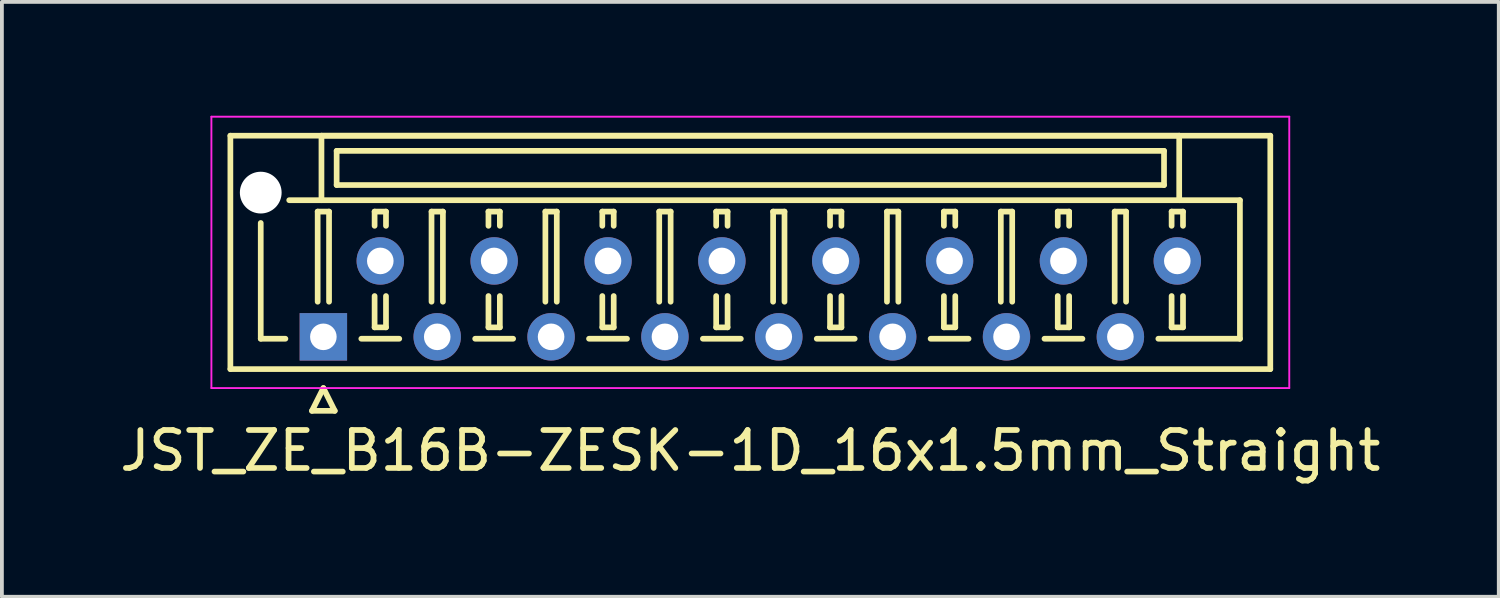
<source format=kicad_pcb>
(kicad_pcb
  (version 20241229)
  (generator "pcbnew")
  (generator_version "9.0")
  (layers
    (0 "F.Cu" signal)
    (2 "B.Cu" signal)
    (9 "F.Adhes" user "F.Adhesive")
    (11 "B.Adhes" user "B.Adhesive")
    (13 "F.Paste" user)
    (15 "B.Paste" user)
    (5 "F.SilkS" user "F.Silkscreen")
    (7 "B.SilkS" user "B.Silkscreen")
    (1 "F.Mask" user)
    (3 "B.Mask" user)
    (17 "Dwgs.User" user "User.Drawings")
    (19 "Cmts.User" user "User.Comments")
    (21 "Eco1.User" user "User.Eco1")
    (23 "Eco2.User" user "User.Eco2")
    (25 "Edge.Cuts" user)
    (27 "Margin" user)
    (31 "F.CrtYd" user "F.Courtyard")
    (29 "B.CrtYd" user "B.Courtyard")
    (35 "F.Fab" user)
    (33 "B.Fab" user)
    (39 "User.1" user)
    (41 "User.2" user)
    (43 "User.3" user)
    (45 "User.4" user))
  (footprint "JST_ZE_B16B-ZESK-1D_16x1.5mm_Straight"
    (layer "F.Cu")
    (at 5.47 5.825)
    (property "Reference" "JST_ZE_B16B-ZESK-1D_16x1.5mm_Straight" (at 11.25 3 0) (layer "F.SilkS") (effects (font (size 1 1) (thickness 0.15))))
    (attr through_hole)
    (fp_line (start -2.45 -5.3) (end -2.45 0.85) (stroke (width 0.15) (type solid)) (layer "F.SilkS"))
    (fp_line (start -2.45 0.85) (end 24.95 0.85) (stroke (width 0.15) (type solid)) (layer "F.SilkS"))
    (fp_line (start -1.65 -3) (end -1.65 0.05) (stroke (width 0.15) (type solid)) (layer "F.SilkS"))
    (fp_line (start -1.65 0.05) (end -1 0.05) (stroke (width 0.15) (type solid)) (layer "F.SilkS"))
    (fp_line (start -0.3 1.95) (end 0 1.35) (stroke (width 0.15) (type solid)) (layer "F.SilkS"))
    (fp_line (start -0.15 -3.3) (end 0.15 -3.3) (stroke (width 0.15) (type solid)) (layer "F.SilkS"))
    (fp_line (start -0.15 -0.925) (end -0.15 -3.3) (stroke (width 0.15) (type solid)) (layer "F.SilkS"))
    (fp_line (start -0.05 -5.3) (end -0.05 -3.6) (stroke (width 0.15) (type solid)) (layer "F.SilkS"))
    (fp_line (start -0.05 -3.6) (end -0.9 -3.6) (stroke (width 0.15) (type solid)) (layer "F.SilkS"))
    (fp_line (start -0.05 -3.6) (end 22.55 -3.6) (stroke (width 0.15) (type solid)) (layer "F.SilkS"))
    (fp_line (start 0 1.35) (end 0.3 1.95) (stroke (width 0.15) (type solid)) (layer "F.SilkS"))
    (fp_line (start 0.15 -3.3) (end 0.15 -0.925) (stroke (width 0.15) (type solid)) (layer "F.SilkS"))
    (fp_line (start 0.3 1.95) (end -0.3 1.95) (stroke (width 0.15) (type solid)) (layer "F.SilkS"))
    (fp_line (start 0.35 -4.9) (end 0.35 -4) (stroke (width 0.15) (type solid)) (layer "F.SilkS"))
    (fp_line (start 0.35 -4) (end 22.15 -4) (stroke (width 0.15) (type solid)) (layer "F.SilkS"))
    (fp_line (start 1 0.05) (end 2 0.05) (stroke (width 0.15) (type solid)) (layer "F.SilkS"))
    (fp_line (start 1.35 -3.3) (end 1.65 -3.3) (stroke (width 0.15) (type solid)) (layer "F.SilkS"))
    (fp_line (start 1.35 -2.925) (end 1.35 -3.3) (stroke (width 0.15) (type solid)) (layer "F.SilkS"))
    (fp_line (start 1.35 -1.075) (end 1.35 -0.25) (stroke (width 0.15) (type solid)) (layer "F.SilkS"))
    (fp_line (start 1.35 -0.25) (end 1.65 -0.25) (stroke (width 0.15) (type solid)) (layer "F.SilkS"))
    (fp_line (start 1.65 -3.3) (end 1.65 -2.925) (stroke (width 0.15) (type solid)) (layer "F.SilkS"))
    (fp_line (start 1.65 -0.25) (end 1.65 -1.075) (stroke (width 0.15) (type solid)) (layer "F.SilkS"))
    (fp_line (start 2.85 -3.3) (end 3.15 -3.3) (stroke (width 0.15) (type solid)) (layer "F.SilkS"))
    (fp_line (start 2.85 -0.925) (end 2.85 -3.3) (stroke (width 0.15) (type solid)) (layer "F.SilkS"))
    (fp_line (start 3.15 -3.3) (end 3.15 -0.925) (stroke (width 0.15) (type solid)) (layer "F.SilkS"))
    (fp_line (start 4 0.05) (end 5 0.05) (stroke (width 0.15) (type solid)) (layer "F.SilkS"))
    (fp_line (start 4.35 -3.3) (end 4.65 -3.3) (stroke (width 0.15) (type solid)) (layer "F.SilkS"))
    (fp_line (start 4.35 -2.925) (end 4.35 -3.3) (stroke (width 0.15) (type solid)) (layer "F.SilkS"))
    (fp_line (start 4.35 -1.075) (end 4.35 -0.25) (stroke (width 0.15) (type solid)) (layer "F.SilkS"))
    (fp_line (start 4.35 -0.25) (end 4.65 -0.25) (stroke (width 0.15) (type solid)) (layer "F.SilkS"))
    (fp_line (start 4.65 -3.3) (end 4.65 -2.925) (stroke (width 0.15) (type solid)) (layer "F.SilkS"))
    (fp_line (start 4.65 -0.25) (end 4.65 -1.075) (stroke (width 0.15) (type solid)) (layer "F.SilkS"))
    (fp_line (start 5.85 -3.3) (end 6.15 -3.3) (stroke (width 0.15) (type solid)) (layer "F.SilkS"))
    (fp_line (start 5.85 -0.925) (end 5.85 -3.3) (stroke (width 0.15) (type solid)) (layer "F.SilkS"))
    (fp_line (start 6.15 -3.3) (end 6.15 -0.925) (stroke (width 0.15) (type solid)) (layer "F.SilkS"))
    (fp_line (start 7 0.05) (end 8 0.05) (stroke (width 0.15) (type solid)) (layer "F.SilkS"))
    (fp_line (start 7.35 -3.3) (end 7.65 -3.3) (stroke (width 0.15) (type solid)) (layer "F.SilkS"))
    (fp_line (start 7.35 -2.925) (end 7.35 -3.3) (stroke (width 0.15) (type solid)) (layer "F.SilkS"))
    (fp_line (start 7.35 -1.075) (end 7.35 -0.25) (stroke (width 0.15) (type solid)) (layer "F.SilkS"))
    (fp_line (start 7.35 -0.25) (end 7.65 -0.25) (stroke (width 0.15) (type solid)) (layer "F.SilkS"))
    (fp_line (start 7.65 -3.3) (end 7.65 -2.925) (stroke (width 0.15) (type solid)) (layer "F.SilkS"))
    (fp_line (start 7.65 -0.25) (end 7.65 -1.075) (stroke (width 0.15) (type solid)) (layer "F.SilkS"))
    (fp_line (start 8.85 -3.3) (end 9.15 -3.3) (stroke (width 0.15) (type solid)) (layer "F.SilkS"))
    (fp_line (start 8.85 -0.925) (end 8.85 -3.3) (stroke (width 0.15) (type solid)) (layer "F.SilkS"))
    (fp_line (start 9.15 -3.3) (end 9.15 -0.925) (stroke (width 0.15) (type solid)) (layer "F.SilkS"))
    (fp_line (start 10 0.05) (end 11 0.05) (stroke (width 0.15) (type solid)) (layer "F.SilkS"))
    (fp_line (start 10.35 -3.3) (end 10.65 -3.3) (stroke (width 0.15) (type solid)) (layer "F.SilkS"))
    (fp_line (start 10.35 -2.925) (end 10.35 -3.3) (stroke (width 0.15) (type solid)) (layer "F.SilkS"))
    (fp_line (start 10.35 -1.075) (end 10.35 -0.25) (stroke (width 0.15) (type solid)) (layer "F.SilkS"))
    (fp_line (start 10.35 -0.25) (end 10.65 -0.25) (stroke (width 0.15) (type solid)) (layer "F.SilkS"))
    (fp_line (start 10.65 -3.3) (end 10.65 -2.925) (stroke (width 0.15) (type solid)) (layer "F.SilkS"))
    (fp_line (start 10.65 -0.25) (end 10.65 -1.075) (stroke (width 0.15) (type solid)) (layer "F.SilkS"))
    (fp_line (start 11.85 -3.3) (end 12.15 -3.3) (stroke (width 0.15) (type solid)) (layer "F.SilkS"))
    (fp_line (start 11.85 -0.925) (end 11.85 -3.3) (stroke (width 0.15) (type solid)) (layer "F.SilkS"))
    (fp_line (start 12.15 -3.3) (end 12.15 -0.925) (stroke (width 0.15) (type solid)) (layer "F.SilkS"))
    (fp_line (start 13 0.05) (end 14 0.05) (stroke (width 0.15) (type solid)) (layer "F.SilkS"))
    (fp_line (start 13.35 -3.3) (end 13.65 -3.3) (stroke (width 0.15) (type solid)) (layer "F.SilkS"))
    (fp_line (start 13.35 -2.925) (end 13.35 -3.3) (stroke (width 0.15) (type solid)) (layer "F.SilkS"))
    (fp_line (start 13.35 -1.075) (end 13.35 -0.25) (stroke (width 0.15) (type solid)) (layer "F.SilkS"))
    (fp_line (start 13.35 -0.25) (end 13.65 -0.25) (stroke (width 0.15) (type solid)) (layer "F.SilkS"))
    (fp_line (start 13.65 -3.3) (end 13.65 -2.925) (stroke (width 0.15) (type solid)) (layer "F.SilkS"))
    (fp_line (start 13.65 -0.25) (end 13.65 -1.075) (stroke (width 0.15) (type solid)) (layer "F.SilkS"))
    (fp_line (start 14.85 -3.3) (end 15.15 -3.3) (stroke (width 0.15) (type solid)) (layer "F.SilkS"))
    (fp_line (start 14.85 -0.925) (end 14.85 -3.3) (stroke (width 0.15) (type solid)) (layer "F.SilkS"))
    (fp_line (start 15.15 -3.3) (end 15.15 -0.925) (stroke (width 0.15) (type solid)) (layer "F.SilkS"))
    (fp_line (start 16 0.05) (end 17 0.05) (stroke (width 0.15) (type solid)) (layer "F.SilkS"))
    (fp_line (start 16.35 -3.3) (end 16.65 -3.3) (stroke (width 0.15) (type solid)) (layer "F.SilkS"))
    (fp_line (start 16.35 -2.925) (end 16.35 -3.3) (stroke (width 0.15) (type solid)) (layer "F.SilkS"))
    (fp_line (start 16.35 -1.075) (end 16.35 -0.25) (stroke (width 0.15) (type solid)) (layer "F.SilkS"))
    (fp_line (start 16.35 -0.25) (end 16.65 -0.25) (stroke (width 0.15) (type solid)) (layer "F.SilkS"))
    (fp_line (start 16.65 -3.3) (end 16.65 -2.925) (stroke (width 0.15) (type solid)) (layer "F.SilkS"))
    (fp_line (start 16.65 -0.25) (end 16.65 -1.075) (stroke (width 0.15) (type solid)) (layer "F.SilkS"))
    (fp_line (start 17.85 -3.3) (end 18.15 -3.3) (stroke (width 0.15) (type solid)) (layer "F.SilkS"))
    (fp_line (start 17.85 -0.925) (end 17.85 -3.3) (stroke (width 0.15) (type solid)) (layer "F.SilkS"))
    (fp_line (start 18.15 -3.3) (end 18.15 -0.925) (stroke (width 0.15) (type solid)) (layer "F.SilkS"))
    (fp_line (start 19 0.05) (end 20 0.05) (stroke (width 0.15) (type solid)) (layer "F.SilkS"))
    (fp_line (start 19.35 -3.3) (end 19.65 -3.3) (stroke (width 0.15) (type solid)) (layer "F.SilkS"))
    (fp_line (start 19.35 -2.925) (end 19.35 -3.3) (stroke (width 0.15) (type solid)) (layer "F.SilkS"))
    (fp_line (start 19.35 -1.075) (end 19.35 -0.25) (stroke (width 0.15) (type solid)) (layer "F.SilkS"))
    (fp_line (start 19.35 -0.25) (end 19.65 -0.25) (stroke (width 0.15) (type solid)) (layer "F.SilkS"))
    (fp_line (start 19.65 -3.3) (end 19.65 -2.925) (stroke (width 0.15) (type solid)) (layer "F.SilkS"))
    (fp_line (start 19.65 -0.25) (end 19.65 -1.075) (stroke (width 0.15) (type solid)) (layer "F.SilkS"))
    (fp_line (start 20.85 -3.3) (end 21.15 -3.3) (stroke (width 0.15) (type solid)) (layer "F.SilkS"))
    (fp_line (start 20.85 -0.925) (end 20.85 -3.3) (stroke (width 0.15) (type solid)) (layer "F.SilkS"))
    (fp_line (start 21.15 -3.3) (end 21.15 -0.925) (stroke (width 0.15) (type solid)) (layer "F.SilkS"))
    (fp_line (start 22.15 -4.9) (end 0.35 -4.9) (stroke (width 0.15) (type solid)) (layer "F.SilkS"))
    (fp_line (start 22.15 -4) (end 22.15 -4.9) (stroke (width 0.15) (type solid)) (layer "F.SilkS"))
    (fp_line (start 22.35 -3.3) (end 22.65 -3.3) (stroke (width 0.15) (type solid)) (layer "F.SilkS"))
    (fp_line (start 22.35 -2.925) (end 22.35 -3.3) (stroke (width 0.15) (type solid)) (layer "F.SilkS"))
    (fp_line (start 22.35 -1.075) (end 22.35 -0.25) (stroke (width 0.15) (type solid)) (layer "F.SilkS"))
    (fp_line (start 22.35 -0.25) (end 22.65 -0.25) (stroke (width 0.15) (type solid)) (layer "F.SilkS"))
    (fp_line (start 22.55 -5.3) (end -0.05 -5.3) (stroke (width 0.15) (type solid)) (layer "F.SilkS"))
    (fp_line (start 22.55 -3.6) (end 22.55 -5.3) (stroke (width 0.15) (type solid)) (layer "F.SilkS"))
    (fp_line (start 22.55 -3.6) (end 24.15 -3.6) (stroke (width 0.15) (type solid)) (layer "F.SilkS"))
    (fp_line (start 22.65 -3.3) (end 22.65 -2.925) (stroke (width 0.15) (type solid)) (layer "F.SilkS"))
    (fp_line (start 22.65 -0.25) (end 22.65 -1.075) (stroke (width 0.15) (type solid)) (layer "F.SilkS"))
    (fp_line (start 24.15 -3.6) (end 24.15 0.05) (stroke (width 0.15) (type solid)) (layer "F.SilkS"))
    (fp_line (start 24.15 0.05) (end 22 0.05) (stroke (width 0.15) (type solid)) (layer "F.SilkS"))
    (fp_line (start 24.95 -5.3) (end -2.45 -5.3) (stroke (width 0.15) (type solid)) (layer "F.SilkS"))
    (fp_line (start 24.95 0.85) (end 24.95 -5.3) (stroke (width 0.15) (type solid)) (layer "F.SilkS"))
    (fp_line (start -2.95 -5.8) (end -2.95 1.35) (stroke (width 0.05) (type solid)) (layer "F.CrtYd"))
    (fp_line (start -2.95 1.35) (end 25.45 1.35) (stroke (width 0.05) (type solid)) (layer "F.CrtYd"))
    (fp_line (start 25.45 -5.8) (end -2.95 -5.8) (stroke (width 0.05) (type solid)) (layer "F.CrtYd"))
    (fp_line (start 25.45 1.35) (end 25.45 -5.8) (stroke (width 0.05) (type solid)) (layer "F.CrtYd"))
    (pad "" np_thru_hole circle (at -1.65 -3.8) (size 1.1 1.1) (drill 1.1) (layers "*.Cu"))
    (pad "1" thru_hole rect (at 0 0) (size 1.25 1.25) (drill 0.7) (layers "*.Cu" "*.Mask"))
    (pad "2" thru_hole circle (at 1.5 -2) (size 1.25 1.25) (drill 0.7) (layers "*.Cu" "*.Mask"))
    (pad "3" thru_hole circle (at 3 0) (size 1.25 1.25) (drill 0.7) (layers "*.Cu" "*.Mask"))
    (pad "4" thru_hole circle (at 4.5 -2) (size 1.25 1.25) (drill 0.7) (layers "*.Cu" "*.Mask"))
    (pad "5" thru_hole circle (at 6 0) (size 1.25 1.25) (drill 0.7) (layers "*.Cu" "*.Mask"))
    (pad "6" thru_hole circle (at 7.5 -2) (size 1.25 1.25) (drill 0.7) (layers "*.Cu" "*.Mask"))
    (pad "7" thru_hole circle (at 9 0) (size 1.25 1.25) (drill 0.7) (layers "*.Cu" "*.Mask"))
    (pad "8" thru_hole circle (at 10.5 -2) (size 1.25 1.25) (drill 0.7) (layers "*.Cu" "*.Mask"))
    (pad "9" thru_hole circle (at 12 0) (size 1.25 1.25) (drill 0.7) (layers "*.Cu" "*.Mask"))
    (pad "10" thru_hole circle (at 13.5 -2) (size 1.25 1.25) (drill 0.7) (layers "*.Cu" "*.Mask"))
    (pad "11" thru_hole circle (at 15 0) (size 1.25 1.25) (drill 0.7) (layers "*.Cu" "*.Mask"))
    (pad "12" thru_hole circle (at 16.5 -2) (size 1.25 1.25) (drill 0.7) (layers "*.Cu" "*.Mask"))
    (pad "13" thru_hole circle (at 18 0) (size 1.25 1.25) (drill 0.7) (layers "*.Cu" "*.Mask"))
    (pad "14" thru_hole circle (at 19.5 -2) (size 1.25 1.25) (drill 0.7) (layers "*.Cu" "*.Mask"))
    (pad "15" thru_hole circle (at 21 0) (size 1.25 1.25) (drill 0.7) (layers "*.Cu" "*.Mask"))
    (pad "16" thru_hole circle (at 22.5 -2) (size 1.25 1.25) (drill 0.7) (layers "*.Cu" "*.Mask")))
  (gr_rect
    (start -3 -3)
    (end 36.44 12.673)
    (stroke (width 0.1) (type default))
    (fill no)
    (layer "Edge.Cuts")))
</source>
